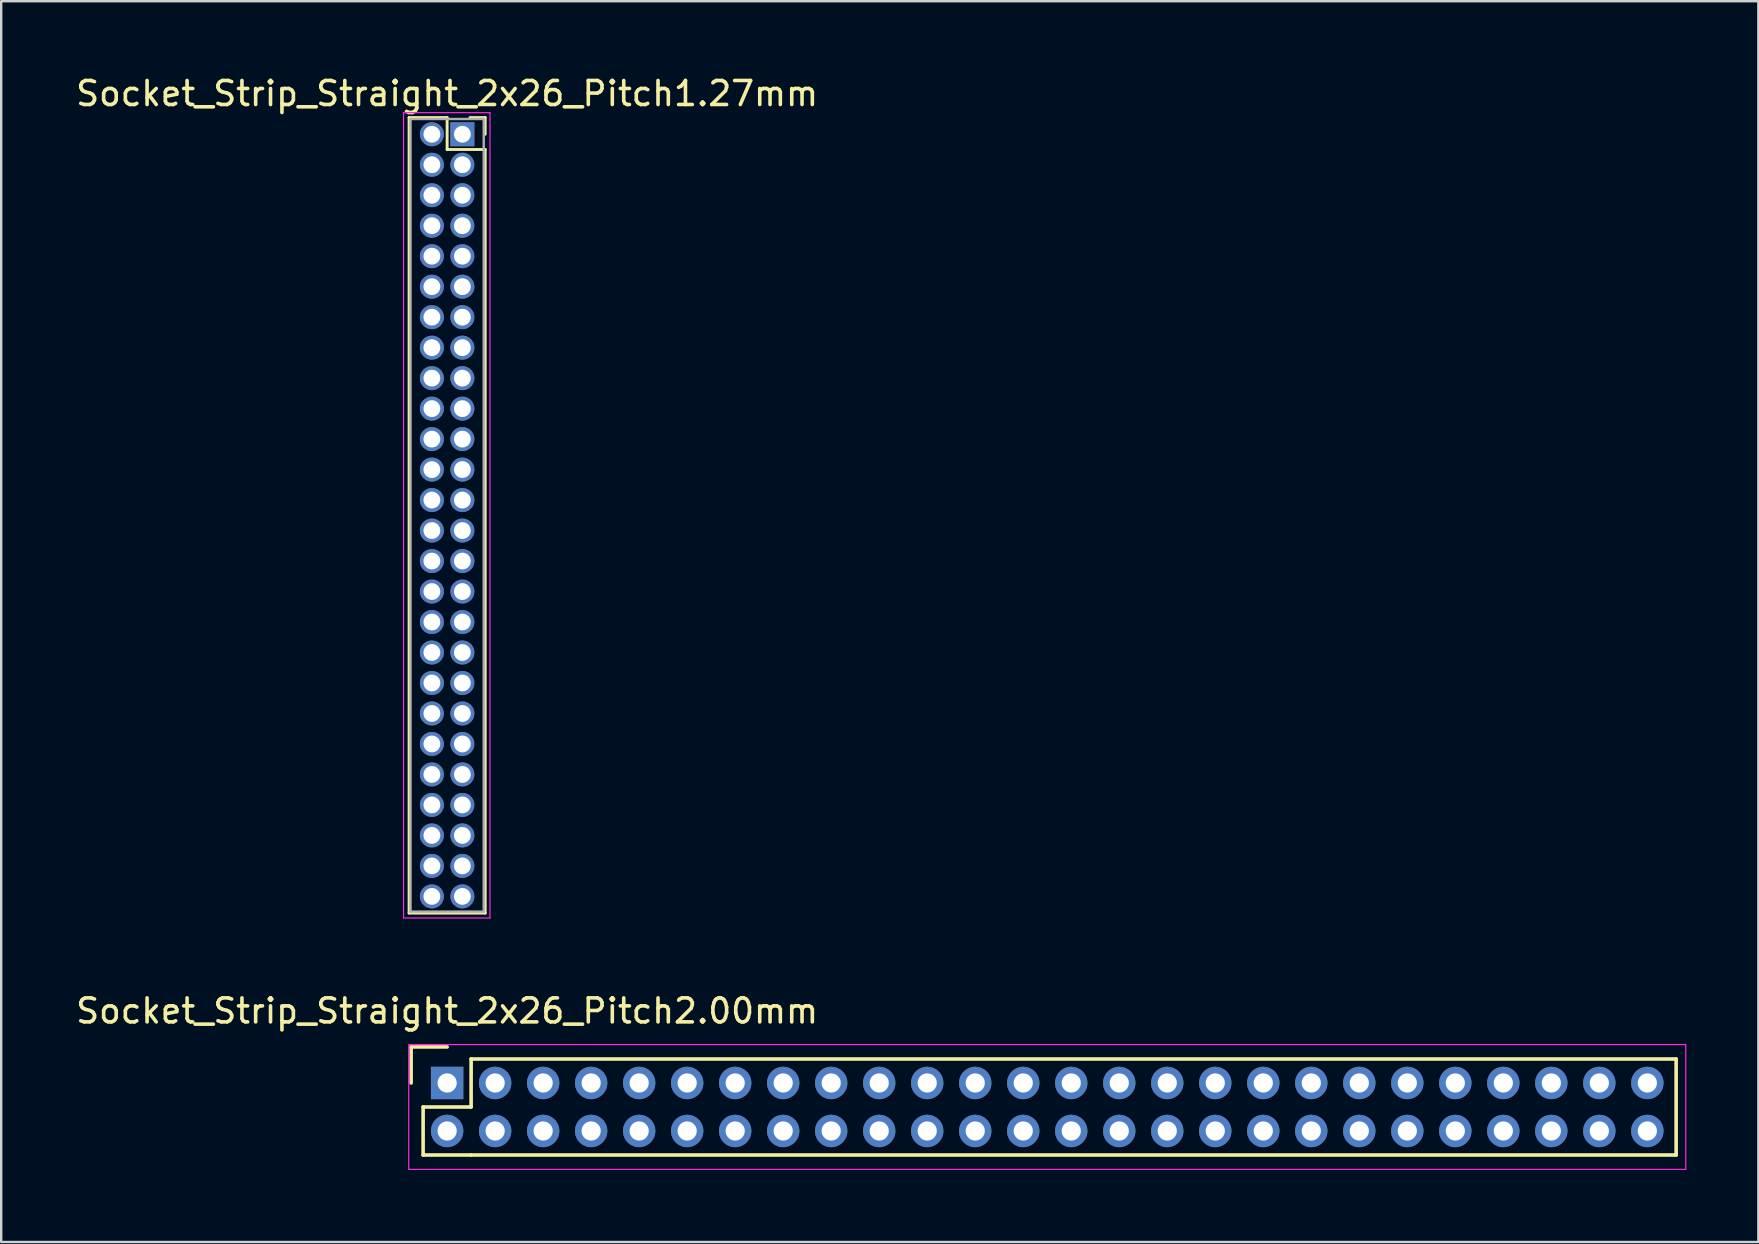
<source format=kicad_pcb>
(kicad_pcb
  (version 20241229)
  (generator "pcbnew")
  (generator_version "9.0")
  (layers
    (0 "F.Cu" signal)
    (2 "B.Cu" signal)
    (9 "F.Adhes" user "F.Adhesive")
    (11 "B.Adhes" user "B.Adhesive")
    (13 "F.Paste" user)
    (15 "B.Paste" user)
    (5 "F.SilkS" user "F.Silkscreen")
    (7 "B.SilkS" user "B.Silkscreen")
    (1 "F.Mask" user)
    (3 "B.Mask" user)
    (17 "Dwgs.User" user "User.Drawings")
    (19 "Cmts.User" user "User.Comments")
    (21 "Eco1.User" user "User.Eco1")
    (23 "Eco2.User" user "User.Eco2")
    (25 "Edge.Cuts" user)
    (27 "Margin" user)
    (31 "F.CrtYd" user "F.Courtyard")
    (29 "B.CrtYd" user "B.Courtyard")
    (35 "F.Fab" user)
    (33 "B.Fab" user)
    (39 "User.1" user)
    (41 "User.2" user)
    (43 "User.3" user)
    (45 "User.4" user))
  (footprint "Socket_Strip_Straight_2x26_Pitch2.00mm"
    (layer "F.Cu")
    (at 15.577 42.066)
    (property "Reference" "Socket_Strip_Straight_2x26_Pitch2.00mm" (at 0 -3 0) (layer "F.SilkS") (effects (font (size 1 1) (thickness 0.15))))
    (attr through_hole)
    (fp_line (start -1.5 -1.5) (end -1.5 0) (stroke (width 0.15) (type solid)) (layer "F.SilkS"))
    (fp_line (start -1 1) (end -1 3) (stroke (width 0.15) (type solid)) (layer "F.SilkS"))
    (fp_line (start -1 3) (end 1 3) (stroke (width 0.15) (type solid)) (layer "F.SilkS"))
    (fp_line (start 0 -1.5) (end -1.5 -1.5) (stroke (width 0.15) (type solid)) (layer "F.SilkS"))
    (fp_line (start 1 -1) (end 1 1) (stroke (width 0.15) (type solid)) (layer "F.SilkS"))
    (fp_line (start 1 1) (end -1 1) (stroke (width 0.15) (type solid)) (layer "F.SilkS"))
    (fp_line (start 1 3) (end 51.2 3) (stroke (width 0.15) (type solid)) (layer "F.SilkS"))
    (fp_line (start 51.2 -1) (end 1 -1) (stroke (width 0.15) (type solid)) (layer "F.SilkS"))
    (fp_line (start 51.2 3) (end 51.2 -1) (stroke (width 0.15) (type solid)) (layer "F.SilkS"))
    (fp_line (start -1.6 -1.6) (end -1.6 3.6) (stroke (width 0.05) (type solid)) (layer "F.CrtYd"))
    (fp_line (start -1.6 3.6) (end 51.6 3.6) (stroke (width 0.05) (type solid)) (layer "F.CrtYd"))
    (fp_line (start 51.6 -1.6) (end -1.6 -1.6) (stroke (width 0.05) (type solid)) (layer "F.CrtYd"))
    (fp_line (start 51.6 3.6) (end 51.6 -1.6) (stroke (width 0.05) (type solid)) (layer "F.CrtYd"))
    (pad "1" thru_hole rect (at 0 0) (size 1.35 1.35) (drill 0.8) (layers "*.Cu" "*.Mask"))
    (pad "2" thru_hole circle (at 0 2) (size 1.35 1.35) (drill 0.8) (layers "*.Cu" "*.Mask"))
    (pad "3" thru_hole circle (at 2 0) (size 1.35 1.35) (drill 0.8) (layers "*.Cu" "*.Mask"))
    (pad "4" thru_hole circle (at 2 2) (size 1.35 1.35) (drill 0.8) (layers "*.Cu" "*.Mask"))
    (pad "5" thru_hole circle (at 4 0) (size 1.35 1.35) (drill 0.8) (layers "*.Cu" "*.Mask"))
    (pad "6" thru_hole circle (at 4 2) (size 1.35 1.35) (drill 0.8) (layers "*.Cu" "*.Mask"))
    (pad "7" thru_hole circle (at 6 0) (size 1.35 1.35) (drill 0.8) (layers "*.Cu" "*.Mask"))
    (pad "8" thru_hole circle (at 6 2) (size 1.35 1.35) (drill 0.8) (layers "*.Cu" "*.Mask"))
    (pad "9" thru_hole circle (at 8 0) (size 1.35 1.35) (drill 0.8) (layers "*.Cu" "*.Mask"))
    (pad "10" thru_hole circle (at 8 2) (size 1.35 1.35) (drill 0.8) (layers "*.Cu" "*.Mask"))
    (pad "11" thru_hole circle (at 10 0) (size 1.35 1.35) (drill 0.8) (layers "*.Cu" "*.Mask"))
    (pad "12" thru_hole circle (at 10 2) (size 1.35 1.35) (drill 0.8) (layers "*.Cu" "*.Mask"))
    (pad "13" thru_hole circle (at 12 0) (size 1.35 1.35) (drill 0.8) (layers "*.Cu" "*.Mask"))
    (pad "14" thru_hole circle (at 12 2) (size 1.35 1.35) (drill 0.8) (layers "*.Cu" "*.Mask"))
    (pad "15" thru_hole circle (at 14 0) (size 1.35 1.35) (drill 0.8) (layers "*.Cu" "*.Mask"))
    (pad "16" thru_hole circle (at 14 2) (size 1.35 1.35) (drill 0.8) (layers "*.Cu" "*.Mask"))
    (pad "17" thru_hole circle (at 16 0) (size 1.35 1.35) (drill 0.8) (layers "*.Cu" "*.Mask"))
    (pad "18" thru_hole circle (at 16 2) (size 1.35 1.35) (drill 0.8) (layers "*.Cu" "*.Mask"))
    (pad "19" thru_hole circle (at 18 0) (size 1.35 1.35) (drill 0.8) (layers "*.Cu" "*.Mask"))
    (pad "20" thru_hole circle (at 18 2) (size 1.35 1.35) (drill 0.8) (layers "*.Cu" "*.Mask"))
    (pad "21" thru_hole circle (at 20 0) (size 1.35 1.35) (drill 0.8) (layers "*.Cu" "*.Mask"))
    (pad "22" thru_hole circle (at 20 2) (size 1.35 1.35) (drill 0.8) (layers "*.Cu" "*.Mask"))
    (pad "23" thru_hole circle (at 22 0) (size 1.35 1.35) (drill 0.8) (layers "*.Cu" "*.Mask"))
    (pad "24" thru_hole circle (at 22 2) (size 1.35 1.35) (drill 0.8) (layers "*.Cu" "*.Mask"))
    (pad "25" thru_hole circle (at 24 0) (size 1.35 1.35) (drill 0.8) (layers "*.Cu" "*.Mask"))
    (pad "26" thru_hole circle (at 24 2) (size 1.35 1.35) (drill 0.8) (layers "*.Cu" "*.Mask"))
    (pad "27" thru_hole circle (at 26 0) (size 1.35 1.35) (drill 0.8) (layers "*.Cu" "*.Mask"))
    (pad "28" thru_hole circle (at 26 2) (size 1.35 1.35) (drill 0.8) (layers "*.Cu" "*.Mask"))
    (pad "29" thru_hole circle (at 28 0) (size 1.35 1.35) (drill 0.8) (layers "*.Cu" "*.Mask"))
    (pad "30" thru_hole circle (at 28 2) (size 1.35 1.35) (drill 0.8) (layers "*.Cu" "*.Mask"))
    (pad "31" thru_hole circle (at 30 0) (size 1.35 1.35) (drill 0.8) (layers "*.Cu" "*.Mask"))
    (pad "32" thru_hole circle (at 30 2) (size 1.35 1.35) (drill 0.8) (layers "*.Cu" "*.Mask"))
    (pad "33" thru_hole circle (at 32 0) (size 1.35 1.35) (drill 0.8) (layers "*.Cu" "*.Mask"))
    (pad "34" thru_hole circle (at 32 2) (size 1.35 1.35) (drill 0.8) (layers "*.Cu" "*.Mask"))
    (pad "35" thru_hole circle (at 34 0) (size 1.35 1.35) (drill 0.8) (layers "*.Cu" "*.Mask"))
    (pad "36" thru_hole circle (at 34 2) (size 1.35 1.35) (drill 0.8) (layers "*.Cu" "*.Mask"))
    (pad "37" thru_hole circle (at 36 0) (size 1.35 1.35) (drill 0.8) (layers "*.Cu" "*.Mask"))
    (pad "38" thru_hole circle (at 36 2) (size 1.35 1.35) (drill 0.8) (layers "*.Cu" "*.Mask"))
    (pad "39" thru_hole circle (at 38 0) (size 1.35 1.35) (drill 0.8) (layers "*.Cu" "*.Mask"))
    (pad "40" thru_hole circle (at 38 2) (size 1.35 1.35) (drill 0.8) (layers "*.Cu" "*.Mask"))
    (pad "41" thru_hole circle (at 40 0) (size 1.35 1.35) (drill 0.8) (layers "*.Cu" "*.Mask"))
    (pad "42" thru_hole circle (at 40 2) (size 1.35 1.35) (drill 0.8) (layers "*.Cu" "*.Mask"))
    (pad "43" thru_hole circle (at 42 0) (size 1.35 1.35) (drill 0.8) (layers "*.Cu" "*.Mask"))
    (pad "44" thru_hole circle (at 42 2) (size 1.35 1.35) (drill 0.8) (layers "*.Cu" "*.Mask"))
    (pad "45" thru_hole circle (at 44 0) (size 1.35 1.35) (drill 0.8) (layers "*.Cu" "*.Mask"))
    (pad "46" thru_hole circle (at 44 2) (size 1.35 1.35) (drill 0.8) (layers "*.Cu" "*.Mask"))
    (pad "47" thru_hole circle (at 46 0) (size 1.35 1.35) (drill 0.8) (layers "*.Cu" "*.Mask"))
    (pad "48" thru_hole circle (at 46 2) (size 1.35 1.35) (drill 0.8) (layers "*.Cu" "*.Mask"))
    (pad "49" thru_hole circle (at 48 0) (size 1.35 1.35) (drill 0.8) (layers "*.Cu" "*.Mask"))
    (pad "50" thru_hole circle (at 48 2) (size 1.35 1.35) (drill 0.8) (layers "*.Cu" "*.Mask"))
    (pad "51" thru_hole circle (at 50 0) (size 1.35 1.35) (drill 0.8) (layers "*.Cu" "*.Mask"))
    (pad "52" thru_hole circle (at 50 2) (size 1.35 1.35) (drill 0.8) (layers "*.Cu" "*.Mask")))
  (footprint "Socket_Strip_Straight_2x26_Pitch1.27mm"
    (layer "F.Cu")
    (at 16.212 2.543)
    (property "Reference" "Socket_Strip_Straight_2x26_Pitch1.27mm" (at -0.635 -1.695 0) (layer "F.SilkS") (effects (font (size 1 1) (thickness 0.15))))
    (attr through_hole)
    (fp_line (start -2.22 -0.695) (end -0.635 -0.695) (stroke (width 0.12) (type solid)) (layer "F.SilkS"))
    (fp_line (start -2.22 32.445) (end -2.22 -0.695) (stroke (width 0.12) (type solid)) (layer "F.SilkS"))
    (fp_line (start -0.635 -0.695) (end -0.635 0.635) (stroke (width 0.12) (type solid)) (layer "F.SilkS"))
    (fp_line (start -0.635 0.635) (end 0.95 0.635) (stroke (width 0.12) (type solid)) (layer "F.SilkS"))
    (fp_line (start 0.95 -0.695) (end 0.315 -0.695) (stroke (width 0.12) (type solid)) (layer "F.SilkS"))
    (fp_line (start 0.95 0) (end 0.95 -0.695) (stroke (width 0.12) (type solid)) (layer "F.SilkS"))
    (fp_line (start 0.95 0.635) (end 0.95 32.445) (stroke (width 0.12) (type solid)) (layer "F.SilkS"))
    (fp_line (start 0.95 32.445) (end -2.22 32.445) (stroke (width 0.12) (type solid)) (layer "F.SilkS"))
    (fp_line (start -2.45 -0.9) (end -2.45 32.65) (stroke (width 0.05) (type solid)) (layer "F.CrtYd"))
    (fp_line (start -2.45 32.65) (end 1.15 32.65) (stroke (width 0.05) (type solid)) (layer "F.CrtYd"))
    (fp_line (start 1.15 -0.9) (end -2.45 -0.9) (stroke (width 0.05) (type solid)) (layer "F.CrtYd"))
    (fp_line (start 1.15 32.65) (end 1.15 -0.9) (stroke (width 0.05) (type solid)) (layer "F.CrtYd"))
    (fp_line (start -2.16 -0.635) (end -2.16 32.385) (stroke (width 0.1) (type solid)) (layer "F.Fab"))
    (fp_line (start -2.16 32.385) (end 0.89 32.385) (stroke (width 0.1) (type solid)) (layer "F.Fab"))
    (fp_line (start 0.89 -0.635) (end -2.16 -0.635) (stroke (width 0.1) (type solid)) (layer "F.Fab"))
    (fp_line (start 0.89 32.385) (end 0.89 -0.635) (stroke (width 0.1) (type solid)) (layer "F.Fab"))
    (pad "1" thru_hole rect (at 0 0) (size 1 1) (drill 0.7) (layers "*.Cu" "*.Mask"))
    (pad "2" thru_hole oval (at -1.27 0) (size 1 1) (drill 0.7) (layers "*.Cu" "*.Mask"))
    (pad "3" thru_hole oval (at 0 1.27) (size 1 1) (drill 0.7) (layers "*.Cu" "*.Mask"))
    (pad "4" thru_hole oval (at -1.27 1.27) (size 1 1) (drill 0.7) (layers "*.Cu" "*.Mask"))
    (pad "5" thru_hole oval (at 0 2.54) (size 1 1) (drill 0.7) (layers "*.Cu" "*.Mask"))
    (pad "6" thru_hole oval (at -1.27 2.54) (size 1 1) (drill 0.7) (layers "*.Cu" "*.Mask"))
    (pad "7" thru_hole oval (at 0 3.81) (size 1 1) (drill 0.7) (layers "*.Cu" "*.Mask"))
    (pad "8" thru_hole oval (at -1.27 3.81) (size 1 1) (drill 0.7) (layers "*.Cu" "*.Mask"))
    (pad "9" thru_hole oval (at 0 5.08) (size 1 1) (drill 0.7) (layers "*.Cu" "*.Mask"))
    (pad "10" thru_hole oval (at -1.27 5.08) (size 1 1) (drill 0.7) (layers "*.Cu" "*.Mask"))
    (pad "11" thru_hole oval (at 0 6.35) (size 1 1) (drill 0.7) (layers "*.Cu" "*.Mask"))
    (pad "12" thru_hole oval (at -1.27 6.35) (size 1 1) (drill 0.7) (layers "*.Cu" "*.Mask"))
    (pad "13" thru_hole oval (at 0 7.62) (size 1 1) (drill 0.7) (layers "*.Cu" "*.Mask"))
    (pad "14" thru_hole oval (at -1.27 7.62) (size 1 1) (drill 0.7) (layers "*.Cu" "*.Mask"))
    (pad "15" thru_hole oval (at 0 8.89) (size 1 1) (drill 0.7) (layers "*.Cu" "*.Mask"))
    (pad "16" thru_hole oval (at -1.27 8.89) (size 1 1) (drill 0.7) (layers "*.Cu" "*.Mask"))
    (pad "17" thru_hole oval (at 0 10.16) (size 1 1) (drill 0.7) (layers "*.Cu" "*.Mask"))
    (pad "18" thru_hole oval (at -1.27 10.16) (size 1 1) (drill 0.7) (layers "*.Cu" "*.Mask"))
    (pad "19" thru_hole oval (at 0 11.43) (size 1 1) (drill 0.7) (layers "*.Cu" "*.Mask"))
    (pad "20" thru_hole oval (at -1.27 11.43) (size 1 1) (drill 0.7) (layers "*.Cu" "*.Mask"))
    (pad "21" thru_hole oval (at 0 12.7) (size 1 1) (drill 0.7) (layers "*.Cu" "*.Mask"))
    (pad "22" thru_hole oval (at -1.27 12.7) (size 1 1) (drill 0.7) (layers "*.Cu" "*.Mask"))
    (pad "23" thru_hole oval (at 0 13.97) (size 1 1) (drill 0.7) (layers "*.Cu" "*.Mask"))
    (pad "24" thru_hole oval (at -1.27 13.97) (size 1 1) (drill 0.7) (layers "*.Cu" "*.Mask"))
    (pad "25" thru_hole oval (at 0 15.24) (size 1 1) (drill 0.7) (layers "*.Cu" "*.Mask"))
    (pad "26" thru_hole oval (at -1.27 15.24) (size 1 1) (drill 0.7) (layers "*.Cu" "*.Mask"))
    (pad "27" thru_hole oval (at 0 16.51) (size 1 1) (drill 0.7) (layers "*.Cu" "*.Mask"))
    (pad "28" thru_hole oval (at -1.27 16.51) (size 1 1) (drill 0.7) (layers "*.Cu" "*.Mask"))
    (pad "29" thru_hole oval (at 0 17.78) (size 1 1) (drill 0.7) (layers "*.Cu" "*.Mask"))
    (pad "30" thru_hole oval (at -1.27 17.78) (size 1 1) (drill 0.7) (layers "*.Cu" "*.Mask"))
    (pad "31" thru_hole oval (at 0 19.05) (size 1 1) (drill 0.7) (layers "*.Cu" "*.Mask"))
    (pad "32" thru_hole oval (at -1.27 19.05) (size 1 1) (drill 0.7) (layers "*.Cu" "*.Mask"))
    (pad "33" thru_hole oval (at 0 20.32) (size 1 1) (drill 0.7) (layers "*.Cu" "*.Mask"))
    (pad "34" thru_hole oval (at -1.27 20.32) (size 1 1) (drill 0.7) (layers "*.Cu" "*.Mask"))
    (pad "35" thru_hole oval (at 0 21.59) (size 1 1) (drill 0.7) (layers "*.Cu" "*.Mask"))
    (pad "36" thru_hole oval (at -1.27 21.59) (size 1 1) (drill 0.7) (layers "*.Cu" "*.Mask"))
    (pad "37" thru_hole oval (at 0 22.86) (size 1 1) (drill 0.7) (layers "*.Cu" "*.Mask"))
    (pad "38" thru_hole oval (at -1.27 22.86) (size 1 1) (drill 0.7) (layers "*.Cu" "*.Mask"))
    (pad "39" thru_hole oval (at 0 24.13) (size 1 1) (drill 0.7) (layers "*.Cu" "*.Mask"))
    (pad "40" thru_hole oval (at -1.27 24.13) (size 1 1) (drill 0.7) (layers "*.Cu" "*.Mask"))
    (pad "41" thru_hole oval (at 0 25.4) (size 1 1) (drill 0.7) (layers "*.Cu" "*.Mask"))
    (pad "42" thru_hole oval (at -1.27 25.4) (size 1 1) (drill 0.7) (layers "*.Cu" "*.Mask"))
    (pad "43" thru_hole oval (at 0 26.67) (size 1 1) (drill 0.7) (layers "*.Cu" "*.Mask"))
    (pad "44" thru_hole oval (at -1.27 26.67) (size 1 1) (drill 0.7) (layers "*.Cu" "*.Mask"))
    (pad "45" thru_hole oval (at 0 27.94) (size 1 1) (drill 0.7) (layers "*.Cu" "*.Mask"))
    (pad "46" thru_hole oval (at -1.27 27.94) (size 1 1) (drill 0.7) (layers "*.Cu" "*.Mask"))
    (pad "47" thru_hole oval (at 0 29.21) (size 1 1) (drill 0.7) (layers "*.Cu" "*.Mask"))
    (pad "48" thru_hole oval (at -1.27 29.21) (size 1 1) (drill 0.7) (layers "*.Cu" "*.Mask"))
    (pad "49" thru_hole oval (at 0 30.48) (size 1 1) (drill 0.7) (layers "*.Cu" "*.Mask"))
    (pad "50" thru_hole oval (at -1.27 30.48) (size 1 1) (drill 0.7) (layers "*.Cu" "*.Mask"))
    (pad "51" thru_hole oval (at 0 31.75) (size 1 1) (drill 0.7) (layers "*.Cu" "*.Mask"))
    (pad "52" thru_hole oval (at -1.27 31.75) (size 1 1) (drill 0.7) (layers "*.Cu" "*.Mask")))
  (gr_rect
    (start -3 -3)
    (end 70.202 48.691)
    (stroke (width 0.1) (type default))
    (fill no)
    (layer "Edge.Cuts")))
</source>
